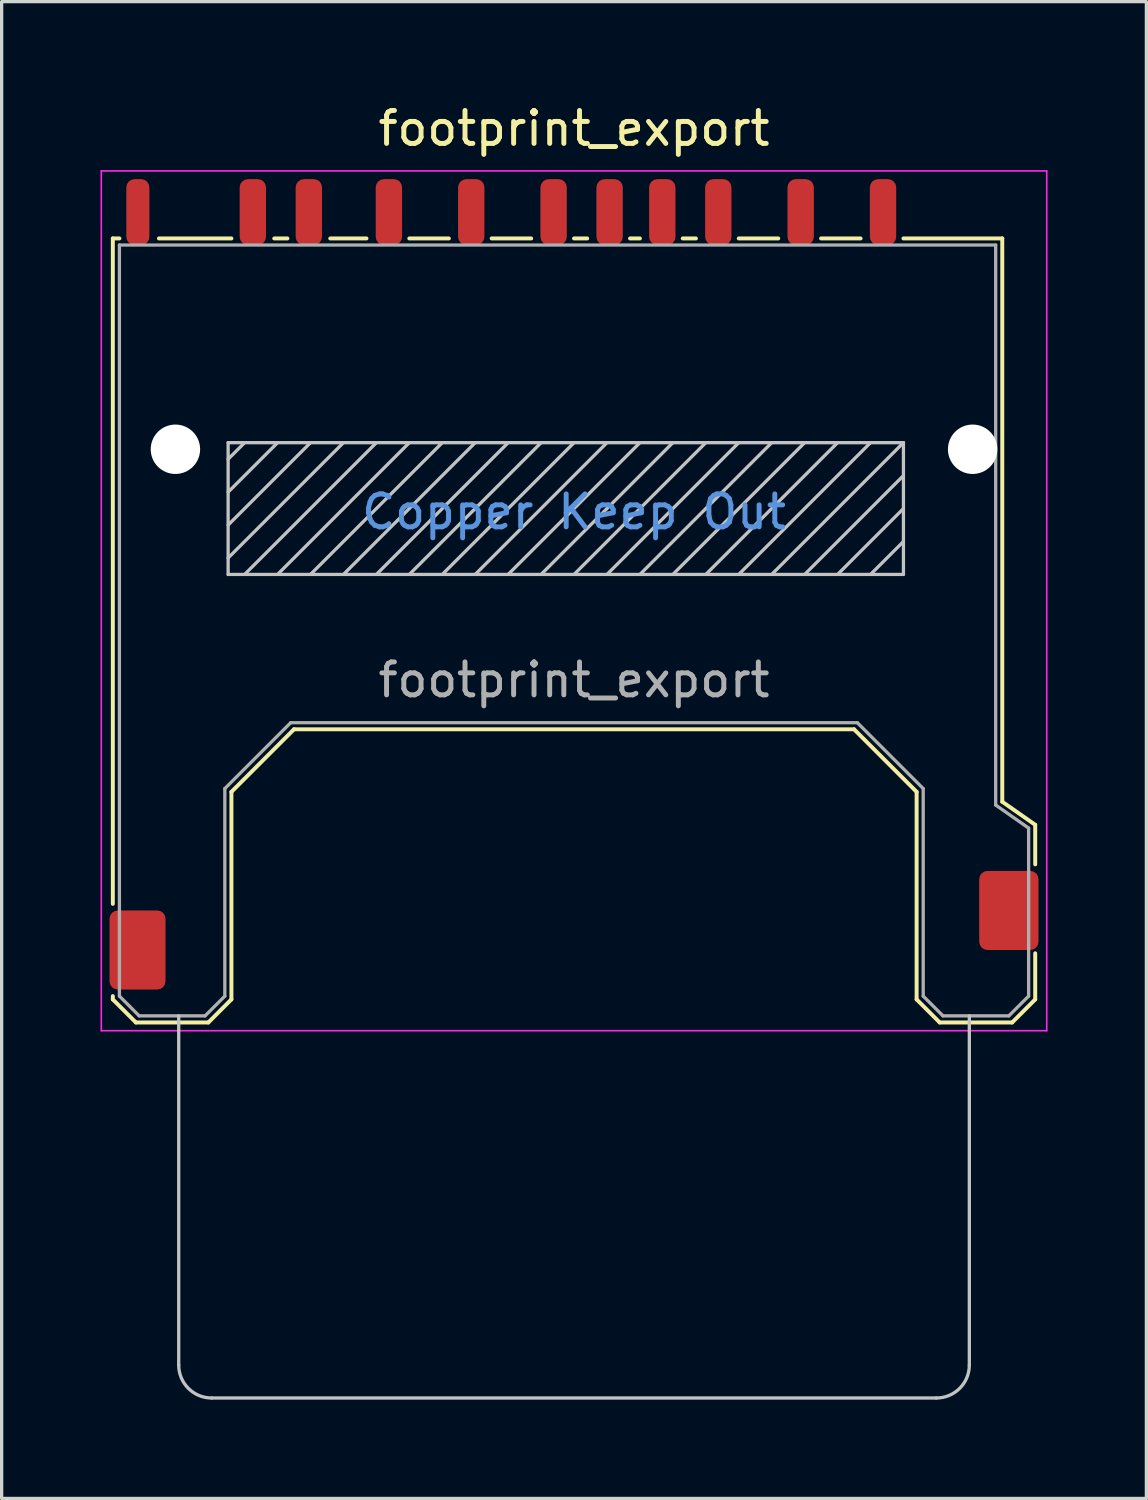
<source format=kicad_pcb>
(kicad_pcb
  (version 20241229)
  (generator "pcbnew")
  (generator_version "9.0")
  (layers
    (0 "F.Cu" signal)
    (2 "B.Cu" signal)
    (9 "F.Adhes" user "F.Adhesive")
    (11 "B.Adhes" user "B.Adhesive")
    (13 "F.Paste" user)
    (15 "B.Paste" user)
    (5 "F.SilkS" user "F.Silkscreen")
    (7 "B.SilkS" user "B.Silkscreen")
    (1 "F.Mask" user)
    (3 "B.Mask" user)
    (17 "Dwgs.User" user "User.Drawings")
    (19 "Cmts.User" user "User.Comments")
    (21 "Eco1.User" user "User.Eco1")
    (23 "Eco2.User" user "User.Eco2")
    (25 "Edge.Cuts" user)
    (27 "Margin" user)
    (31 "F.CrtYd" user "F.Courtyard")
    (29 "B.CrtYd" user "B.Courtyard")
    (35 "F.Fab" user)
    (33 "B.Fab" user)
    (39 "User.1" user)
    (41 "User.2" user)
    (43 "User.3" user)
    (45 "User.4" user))
  (footprint "footprint_export"
    (layer "F.Cu")
    (at 14.375 15.888)
    (property "Reference" "footprint_export" (at 0 -15.04 180) (layer "F.SilkS") (effects (font (size 1 1) (thickness 0.15))))
    (attr smd)
    (fp_line (start -14 -11.7) (end -14 8.5) (stroke (width 0.12) (type solid)) (layer "F.SilkS"))
    (fp_line (start -14 11.3) (end -14 11.4) (stroke (width 0.12) (type solid)) (layer "F.SilkS"))
    (fp_line (start -13.8 -11.7) (end -14 -11.7) (stroke (width 0.12) (type solid)) (layer "F.SilkS"))
    (fp_line (start -13.3 12.1) (end -14 11.4) (stroke (width 0.12) (type solid)) (layer "F.SilkS"))
    (fp_line (start -13.3 12.1) (end -11.1 12.1) (stroke (width 0.12) (type solid)) (layer "F.SilkS"))
    (fp_line (start -10.4 -11.7) (end -12.6 -11.7) (stroke (width 0.12) (type solid)) (layer "F.SilkS"))
    (fp_line (start -10.4 11.4) (end -11.1 12.1) (stroke (width 0.12) (type solid)) (layer "F.SilkS"))
    (fp_line (start -10.4 11.4) (end -10.4 5.1) (stroke (width 0.12) (type solid)) (layer "F.SilkS"))
    (fp_line (start -8.7 -11.7) (end -9.1 -11.7) (stroke (width 0.12) (type solid)) (layer "F.SilkS"))
    (fp_line (start -8.5 3.2) (end -10.4 5.1) (stroke (width 0.12) (type solid)) (layer "F.SilkS"))
    (fp_line (start -8.5 3.2) (end 8.5 3.2) (stroke (width 0.12) (type solid)) (layer "F.SilkS"))
    (fp_line (start -6.3 -11.7) (end -7.4 -11.7) (stroke (width 0.12) (type solid)) (layer "F.SilkS"))
    (fp_line (start -3.8 -11.7) (end -5 -11.7) (stroke (width 0.12) (type solid)) (layer "F.SilkS"))
    (fp_line (start -1.3 -11.7) (end -2.5 -11.7) (stroke (width 0.12) (type solid)) (layer "F.SilkS"))
    (fp_line (start 0.4 -11.7) (end 0 -11.7) (stroke (width 0.12) (type solid)) (layer "F.SilkS"))
    (fp_line (start 2 -11.7) (end 1.7 -11.7) (stroke (width 0.12) (type solid)) (layer "F.SilkS"))
    (fp_line (start 3.7 -11.7) (end 3.3 -11.7) (stroke (width 0.12) (type solid)) (layer "F.SilkS"))
    (fp_line (start 6.2 -11.7) (end 5 -11.7) (stroke (width 0.12) (type solid)) (layer "F.SilkS"))
    (fp_line (start 8.5 3.2) (end 10.4 5.1) (stroke (width 0.12) (type solid)) (layer "F.SilkS"))
    (fp_line (start 8.7 -11.7) (end 7.5 -11.7) (stroke (width 0.12) (type solid)) (layer "F.SilkS"))
    (fp_line (start 10.4 11.4) (end 10.4 5.1) (stroke (width 0.12) (type solid)) (layer "F.SilkS"))
    (fp_line (start 10.4 11.4) (end 11.1 12.1) (stroke (width 0.12) (type solid)) (layer "F.SilkS"))
    (fp_line (start 13 -11.7) (end 10 -11.7) (stroke (width 0.12) (type solid)) (layer "F.SilkS"))
    (fp_line (start 13 5.4) (end 13 -11.7) (stroke (width 0.12) (type solid)) (layer "F.SilkS"))
    (fp_line (start 13.3 12.1) (end 11.1 12.1) (stroke (width 0.12) (type solid)) (layer "F.SilkS"))
    (fp_line (start 13.3 12.1) (end 14 11.4) (stroke (width 0.12) (type solid)) (layer "F.SilkS"))
    (fp_line (start 14 6.1) (end 13 5.4) (stroke (width 0.12) (type solid)) (layer "F.SilkS"))
    (fp_line (start 14 6.1) (end 14 7.3) (stroke (width 0.12) (type solid)) (layer "F.SilkS"))
    (fp_line (start 14 10) (end 14 11.4) (stroke (width 0.12) (type solid)) (layer "F.SilkS"))
    (fp_line (start -12 11.9) (end -12 22.5) (stroke (width 0.1) (type solid)) (layer "Dwgs.User"))
    (fp_line (start -11 23.5) (end 11 23.5) (stroke (width 0.1) (type solid)) (layer "Dwgs.User"))
    (fp_line (start -10.5 -5.5) (end 10 -5.5) (stroke (width 0.1) (type solid)) (layer "Dwgs.User"))
    (fp_line (start -10.5 -1.5) (end -10.5 -5.5) (stroke (width 0.1) (type solid)) (layer "Dwgs.User"))
    (fp_line (start -10 -5.5) (end -10.5 -5) (stroke (width 0.1) (type solid)) (layer "Dwgs.User"))
    (fp_line (start -9 -5.5) (end -10.5 -4) (stroke (width 0.1) (type solid)) (layer "Dwgs.User"))
    (fp_line (start -8 -5.5) (end -10.5 -3) (stroke (width 0.1) (type solid)) (layer "Dwgs.User"))
    (fp_line (start -7 -5.5) (end -10.5 -2) (stroke (width 0.1) (type solid)) (layer "Dwgs.User"))
    (fp_line (start -6 -5.5) (end -10 -1.5) (stroke (width 0.1) (type solid)) (layer "Dwgs.User"))
    (fp_line (start -5 -5.5) (end -9 -1.5) (stroke (width 0.1) (type solid)) (layer "Dwgs.User"))
    (fp_line (start -4 -5.5) (end -8 -1.5) (stroke (width 0.1) (type solid)) (layer "Dwgs.User"))
    (fp_line (start -3 -5.5) (end -7 -1.5) (stroke (width 0.1) (type solid)) (layer "Dwgs.User"))
    (fp_line (start -2 -5.5) (end -6 -1.5) (stroke (width 0.1) (type solid)) (layer "Dwgs.User"))
    (fp_line (start -1 -5.5) (end -5 -1.5) (stroke (width 0.1) (type solid)) (layer "Dwgs.User"))
    (fp_line (start 0 -5.5) (end -4 -1.5) (stroke (width 0.1) (type solid)) (layer "Dwgs.User"))
    (fp_line (start 1 -5.5) (end -3 -1.5) (stroke (width 0.1) (type solid)) (layer "Dwgs.User"))
    (fp_line (start 2 -5.5) (end -2 -1.5) (stroke (width 0.1) (type solid)) (layer "Dwgs.User"))
    (fp_line (start 3 -5.5) (end -1 -1.5) (stroke (width 0.1) (type solid)) (layer "Dwgs.User"))
    (fp_line (start 4 -5.5) (end 0 -1.5) (stroke (width 0.1) (type solid)) (layer "Dwgs.User"))
    (fp_line (start 5 -5.5) (end 1 -1.5) (stroke (width 0.1) (type solid)) (layer "Dwgs.User"))
    (fp_line (start 6 -5.5) (end 2 -1.5) (stroke (width 0.1) (type solid)) (layer "Dwgs.User"))
    (fp_line (start 7 -5.5) (end 3 -1.5) (stroke (width 0.1) (type solid)) (layer "Dwgs.User"))
    (fp_line (start 8 -5.5) (end 4 -1.5) (stroke (width 0.1) (type solid)) (layer "Dwgs.User"))
    (fp_line (start 9 -5.5) (end 5 -1.5) (stroke (width 0.1) (type solid)) (layer "Dwgs.User"))
    (fp_line (start 10 -5.5) (end 6 -1.5) (stroke (width 0.1) (type solid)) (layer "Dwgs.User"))
    (fp_line (start 10 -5.5) (end 10 -1.5) (stroke (width 0.1) (type solid)) (layer "Dwgs.User"))
    (fp_line (start 10 -4.5) (end 7 -1.5) (stroke (width 0.1) (type solid)) (layer "Dwgs.User"))
    (fp_line (start 10 -3.5) (end 8 -1.5) (stroke (width 0.1) (type solid)) (layer "Dwgs.User"))
    (fp_line (start 10 -2.5) (end 9 -1.5) (stroke (width 0.1) (type solid)) (layer "Dwgs.User"))
    (fp_line (start 10 -1.5) (end -10.5 -1.5) (stroke (width 0.1) (type solid)) (layer "Dwgs.User"))
    (fp_line (start 12 22.5) (end 12 11.9) (stroke (width 0.1) (type solid)) (layer "Dwgs.User"))
    (fp_arc (start -11 23.5) (mid -11.707107 23.207107) (end -12 22.5) (stroke (width 0.1) (type solid)) (layer "Dwgs.User"))
    (fp_arc (start 12 22.5) (mid 11.707107 23.207107) (end 11 23.5) (stroke (width 0.1) (type solid)) (layer "Dwgs.User"))
    (fp_line (start -14.35 -13.75) (end 14.35 -13.75) (stroke (width 0.05) (type solid)) (layer "F.CrtYd"))
    (fp_line (start -14.35 12.35) (end -14.35 -13.75) (stroke (width 0.05) (type solid)) (layer "F.CrtYd"))
    (fp_line (start 14.35 -13.75) (end 14.35 12.35) (stroke (width 0.05) (type solid)) (layer "F.CrtYd"))
    (fp_line (start 14.35 12.35) (end -14.35 12.35) (stroke (width 0.05) (type solid)) (layer "F.CrtYd"))
    (fp_line (start -13.8 -11.5) (end -13.8 11.3) (stroke (width 0.1) (type solid)) (layer "F.Fab"))
    (fp_line (start -13.2 11.9) (end -13.8 11.3) (stroke (width 0.1) (type solid)) (layer "F.Fab"))
    (fp_line (start -13.2 11.9) (end -11.2 11.9) (stroke (width 0.1) (type solid)) (layer "F.Fab"))
    (fp_line (start -10.6 11.3) (end -11.2 11.9) (stroke (width 0.1) (type solid)) (layer "F.Fab"))
    (fp_line (start -10.6 11.3) (end -10.6 5) (stroke (width 0.1) (type solid)) (layer "F.Fab"))
    (fp_line (start -8.6 3) (end -10.6 5) (stroke (width 0.1) (type solid)) (layer "F.Fab"))
    (fp_line (start -8.6 3) (end 8.6 3) (stroke (width 0.1) (type solid)) (layer "F.Fab"))
    (fp_line (start 10.6 5) (end 8.6 3) (stroke (width 0.1) (type solid)) (layer "F.Fab"))
    (fp_line (start 10.6 5) (end 10.6 11.3) (stroke (width 0.1) (type solid)) (layer "F.Fab"))
    (fp_line (start 11.2 11.9) (end 10.6 11.3) (stroke (width 0.1) (type solid)) (layer "F.Fab"))
    (fp_line (start 11.2 11.9) (end 13.2 11.9) (stroke (width 0.1) (type solid)) (layer "F.Fab"))
    (fp_line (start 12.8 -11.5) (end -13.8 -11.5) (stroke (width 0.1) (type solid)) (layer "F.Fab"))
    (fp_line (start 12.8 5.5) (end 12.8 -11.5) (stroke (width 0.1) (type solid)) (layer "F.Fab"))
    (fp_line (start 13.8 6.2) (end 12.8 5.5) (stroke (width 0.1) (type solid)) (layer "F.Fab"))
    (fp_line (start 13.8 11.3) (end 13.2 11.9) (stroke (width 0.1) (type solid)) (layer "F.Fab"))
    (fp_line (start 13.8 11.3) (end 13.8 6.2) (stroke (width 0.1) (type solid)) (layer "F.Fab"))
    (fp_text user "Copper Keep Out" (at 0 -3.4 180) (layer "Cmts.User") (effects (font (size 1 1) (thickness 0.15))))
    (fp_text user "${REFERENCE}" (at 0 1.7 180) (layer "F.Fab") (effects (font (size 1 1) (thickness 0.15))))
    (pad "" np_thru_hole circle (at -12.1 -5.3 180) (size 1.5 1.5) (drill 1.5) (layers "*.Cu" "*.Mask"))
    (pad "" np_thru_hole circle (at 12.1 -5.3 180) (size 1.5 1.5) (drill 1.5) (layers "*.Cu" "*.Mask"))
    (pad "1" smd roundrect (at 6.88 -12.5) (size 0.8 2) (layers "F.Cu" "F.Mask" "F.Paste") (roundrect_rratio 0.313))
    (pad "2" smd roundrect (at 4.38 -12.5) (size 0.8 2) (layers "F.Cu" "F.Mask" "F.Paste") (roundrect_rratio 0.313))
    (pad "3" smd roundrect (at 1.08 -12.5) (size 0.8 2) (layers "F.Cu" "F.Mask" "F.Paste") (roundrect_rratio 0.313))
    (pad "4" smd roundrect (at -0.62 -12.5) (size 0.8 2) (layers "F.Cu" "F.Mask" "F.Paste") (roundrect_rratio 0.313))
    (pad "5" smd roundrect (at -3.12 -12.5) (size 0.8 2) (layers "F.Cu" "F.Mask" "F.Paste") (roundrect_rratio 0.313))
    (pad "6" smd roundrect (at -5.62 -12.5) (size 0.8 2) (layers "F.Cu" "F.Mask" "F.Paste") (roundrect_rratio 0.313))
    (pad "7" smd roundrect (at -8.05 -12.5) (size 0.8 2) (layers "F.Cu" "F.Mask" "F.Paste") (roundrect_rratio 0.313))
    (pad "8" smd roundrect (at -9.75 -12.5) (size 0.8 2) (layers "F.Cu" "F.Mask" "F.Paste") (roundrect_rratio 0.313))
    (pad "9" smd roundrect (at 9.38 -12.5) (size 0.8 2) (layers "F.Cu" "F.Mask" "F.Paste") (roundrect_rratio 0.313))
    (pad "10" smd roundrect (at 2.68 -12.5) (size 0.8 2) (layers "F.Cu" "F.Mask" "F.Paste") (roundrect_rratio 0.313))
    (pad "11" smd roundrect (at -13.24 -12.5) (size 0.7 2) (layers "F.Cu" "F.Mask" "F.Paste") (roundrect_rratio 0.357))
    (pad "12" smd roundrect (at 13.2 8.7) (size 1.8 2.4) (layers "F.Cu" "F.Mask" "F.Paste") (roundrect_rratio 0.139))
    (pad "13" smd roundrect (at -13.25 9.9) (size 1.7 2.4) (layers "F.Cu" "F.Mask" "F.Paste") (roundrect_rratio 0.147)))
  (gr_rect
    (start -3 -3)
    (end 31.75 42.438)
    (stroke (width 0.1) (type default))
    (fill no)
    (layer "Edge.Cuts")))
</source>
